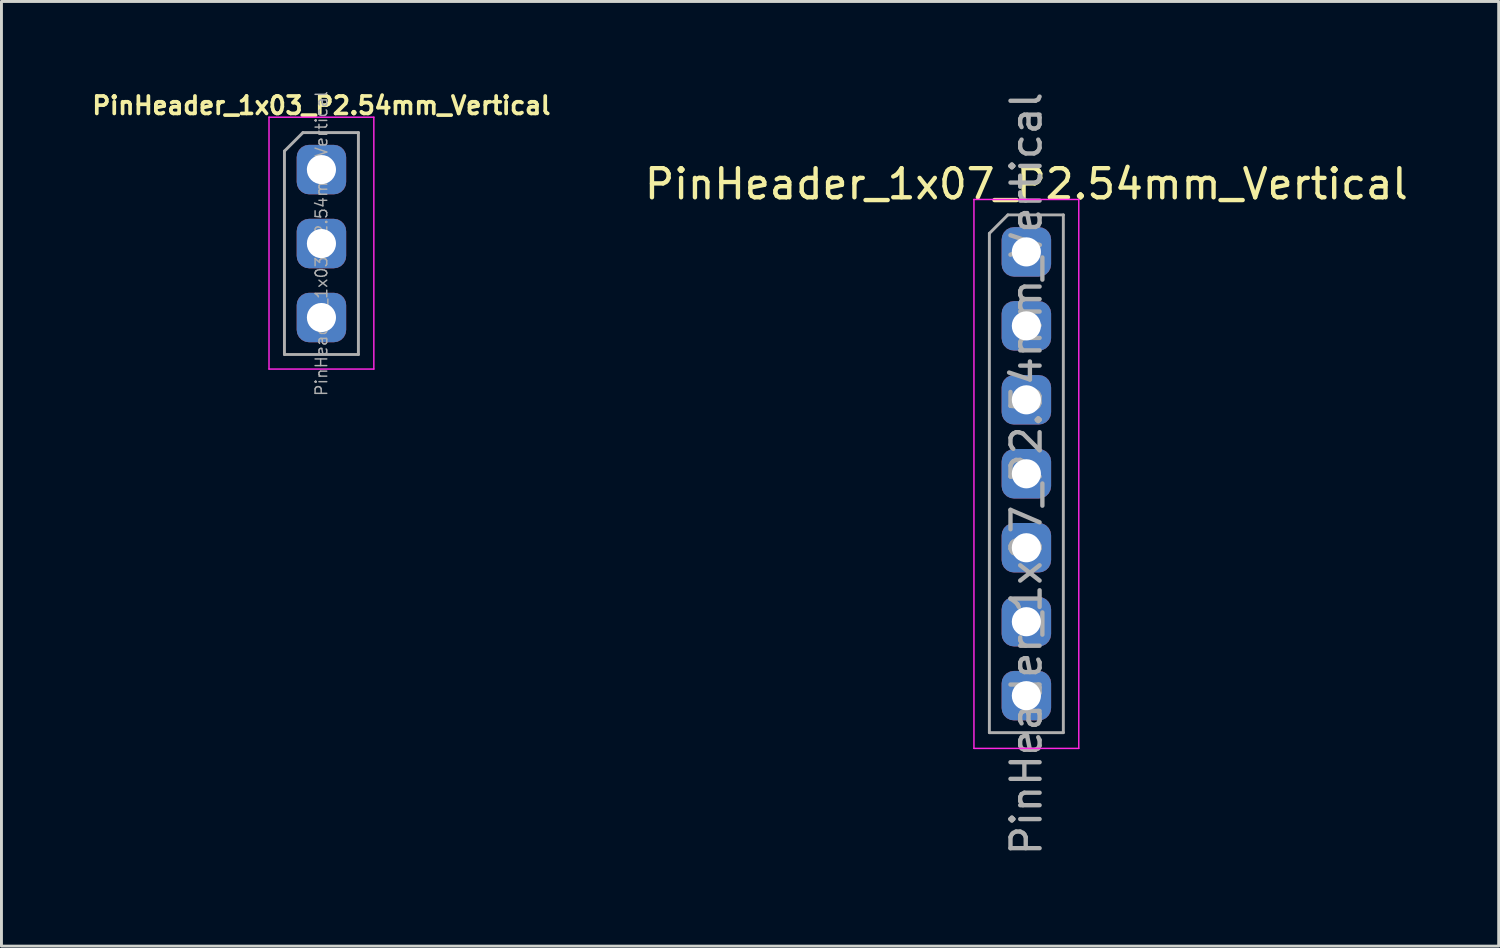
<source format=kicad_pcb>
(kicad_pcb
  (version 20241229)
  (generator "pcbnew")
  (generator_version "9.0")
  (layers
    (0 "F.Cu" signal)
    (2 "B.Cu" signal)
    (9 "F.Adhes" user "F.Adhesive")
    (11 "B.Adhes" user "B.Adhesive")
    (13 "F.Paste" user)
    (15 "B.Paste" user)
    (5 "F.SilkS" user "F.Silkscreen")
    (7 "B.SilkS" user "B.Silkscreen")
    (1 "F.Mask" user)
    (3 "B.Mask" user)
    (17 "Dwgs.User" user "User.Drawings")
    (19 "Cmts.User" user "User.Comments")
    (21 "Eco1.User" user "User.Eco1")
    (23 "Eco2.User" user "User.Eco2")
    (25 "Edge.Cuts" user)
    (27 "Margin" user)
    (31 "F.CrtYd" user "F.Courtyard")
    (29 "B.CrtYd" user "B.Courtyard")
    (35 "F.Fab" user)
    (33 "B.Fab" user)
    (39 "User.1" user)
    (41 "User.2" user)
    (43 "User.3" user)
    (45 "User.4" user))
  (footprint "PinHeader_1x07_P2.54mm_Vertical"
    (layer "F.Cu")
    (at 32.196 5.6)
    (property "Reference" "PinHeader_1x07_P2.54mm_Vertical" (at 0 -2.33 0) (layer "F.SilkS") (effects (font (size 1 1) (thickness 0.15))))
    (attr through_hole)
    (fp_line (start -1.8 -1.8) (end -1.8 17.05) (stroke (width 0.05) (type solid)) (layer "F.CrtYd"))
    (fp_line (start -1.8 17.05) (end 1.8 17.05) (stroke (width 0.05) (type solid)) (layer "F.CrtYd"))
    (fp_line (start 1.8 -1.8) (end -1.8 -1.8) (stroke (width 0.05) (type solid)) (layer "F.CrtYd"))
    (fp_line (start 1.8 17.05) (end 1.8 -1.8) (stroke (width 0.05) (type solid)) (layer "F.CrtYd"))
    (fp_line (start -1.27 -0.635) (end -0.635 -1.27) (stroke (width 0.1) (type solid)) (layer "F.Fab"))
    (fp_line (start -1.27 16.51) (end -1.27 -0.635) (stroke (width 0.1) (type solid)) (layer "F.Fab"))
    (fp_line (start -0.635 -1.27) (end 1.27 -1.27) (stroke (width 0.1) (type solid)) (layer "F.Fab"))
    (fp_line (start 1.27 -1.27) (end 1.27 16.51) (stroke (width 0.1) (type solid)) (layer "F.Fab"))
    (fp_line (start 1.27 16.51) (end -1.27 16.51) (stroke (width 0.1) (type solid)) (layer "F.Fab"))
    (fp_text user "${REFERENCE}" (at 0 7.62 90) (layer "F.Fab") (effects (font (size 1 1) (thickness 0.15))))
    (pad "1" thru_hole roundrect (at 0 0) (size 1.7 1.7) (drill 1) (layers "*.Cu" "*.Mask") (roundrect_rratio 0.25))
    (pad "2" thru_hole roundrect (at 0 2.54) (size 1.7 1.7) (drill 1) (layers "*.Cu" "*.Mask") (roundrect_rratio 0.25))
    (pad "3" thru_hole roundrect (at 0 5.08) (size 1.7 1.7) (drill 1) (layers "*.Cu" "*.Mask") (roundrect_rratio 0.25))
    (pad "4" thru_hole roundrect (at 0 7.62) (size 1.7 1.7) (drill 1) (layers "*.Cu" "*.Mask") (roundrect_rratio 0.25))
    (pad "5" thru_hole roundrect (at 0 10.16) (size 1.7 1.7) (drill 1) (layers "*.Cu" "*.Mask") (roundrect_rratio 0.25))
    (pad "6" thru_hole roundrect (at 0 12.7) (size 1.7 1.7) (drill 1) (layers "*.Cu" "*.Mask") (roundrect_rratio 0.25))
    (pad "7" thru_hole roundrect (at 0 15.24) (size 1.7 1.7) (drill 1) (layers "*.Cu" "*.Mask") (roundrect_rratio 0.25)))
  (footprint "PinHeader_1x03_P2.54mm_Vertical"
    (layer "F.Cu")
    (at 7.988 2.774)
    (property "Reference" "PinHeader_1x03_P2.54mm_Vertical" (at 0 -2.2 0) (layer "F.SilkS") (effects (font (size 0.6 0.6) (thickness 0.127))))
    (attr through_hole)
    (fp_line (start -1.8 -1.8) (end -1.8 6.85) (stroke (width 0.05) (type solid)) (layer "F.CrtYd"))
    (fp_line (start -1.8 6.85) (end 1.8 6.85) (stroke (width 0.05) (type solid)) (layer "F.CrtYd"))
    (fp_line (start 1.8 -1.8) (end -1.8 -1.8) (stroke (width 0.05) (type solid)) (layer "F.CrtYd"))
    (fp_line (start 1.8 6.85) (end 1.8 -1.8) (stroke (width 0.05) (type solid)) (layer "F.CrtYd"))
    (fp_line (start -1.27 -0.635) (end -0.635 -1.27) (stroke (width 0.1) (type solid)) (layer "F.Fab"))
    (fp_line (start -1.27 6.35) (end -1.27 -0.635) (stroke (width 0.1) (type solid)) (layer "F.Fab"))
    (fp_line (start -0.635 -1.27) (end 1.27 -1.27) (stroke (width 0.1) (type solid)) (layer "F.Fab"))
    (fp_line (start 1.27 -1.27) (end 1.27 6.35) (stroke (width 0.1) (type solid)) (layer "F.Fab"))
    (fp_line (start 1.27 6.35) (end -1.27 6.35) (stroke (width 0.1) (type solid)) (layer "F.Fab"))
    (fp_text user "${REFERENCE}" (at 0 2.54 90) (layer "F.Fab") (effects (font (size 0.4 0.4) (thickness 0.05))))
    (pad "1" thru_hole roundrect (at 0 0) (size 1.7 1.7) (drill 1) (layers "*.Cu" "*.Mask") (roundrect_rratio 0.25))
    (pad "2" thru_hole roundrect (at 0 2.54) (size 1.7 1.7) (drill 1) (layers "*.Cu" "*.Mask") (roundrect_rratio 0.25))
    (pad "3" thru_hole roundrect (at 0 5.08) (size 1.7 1.7) (drill 1) (layers "*.Cu" "*.Mask") (roundrect_rratio 0.25)))
  (gr_rect
    (start -3 -3)
    (end 48.416 29.44)
    (stroke (width 0.1) (type default))
    (fill no)
    (layer "Edge.Cuts")))
</source>
